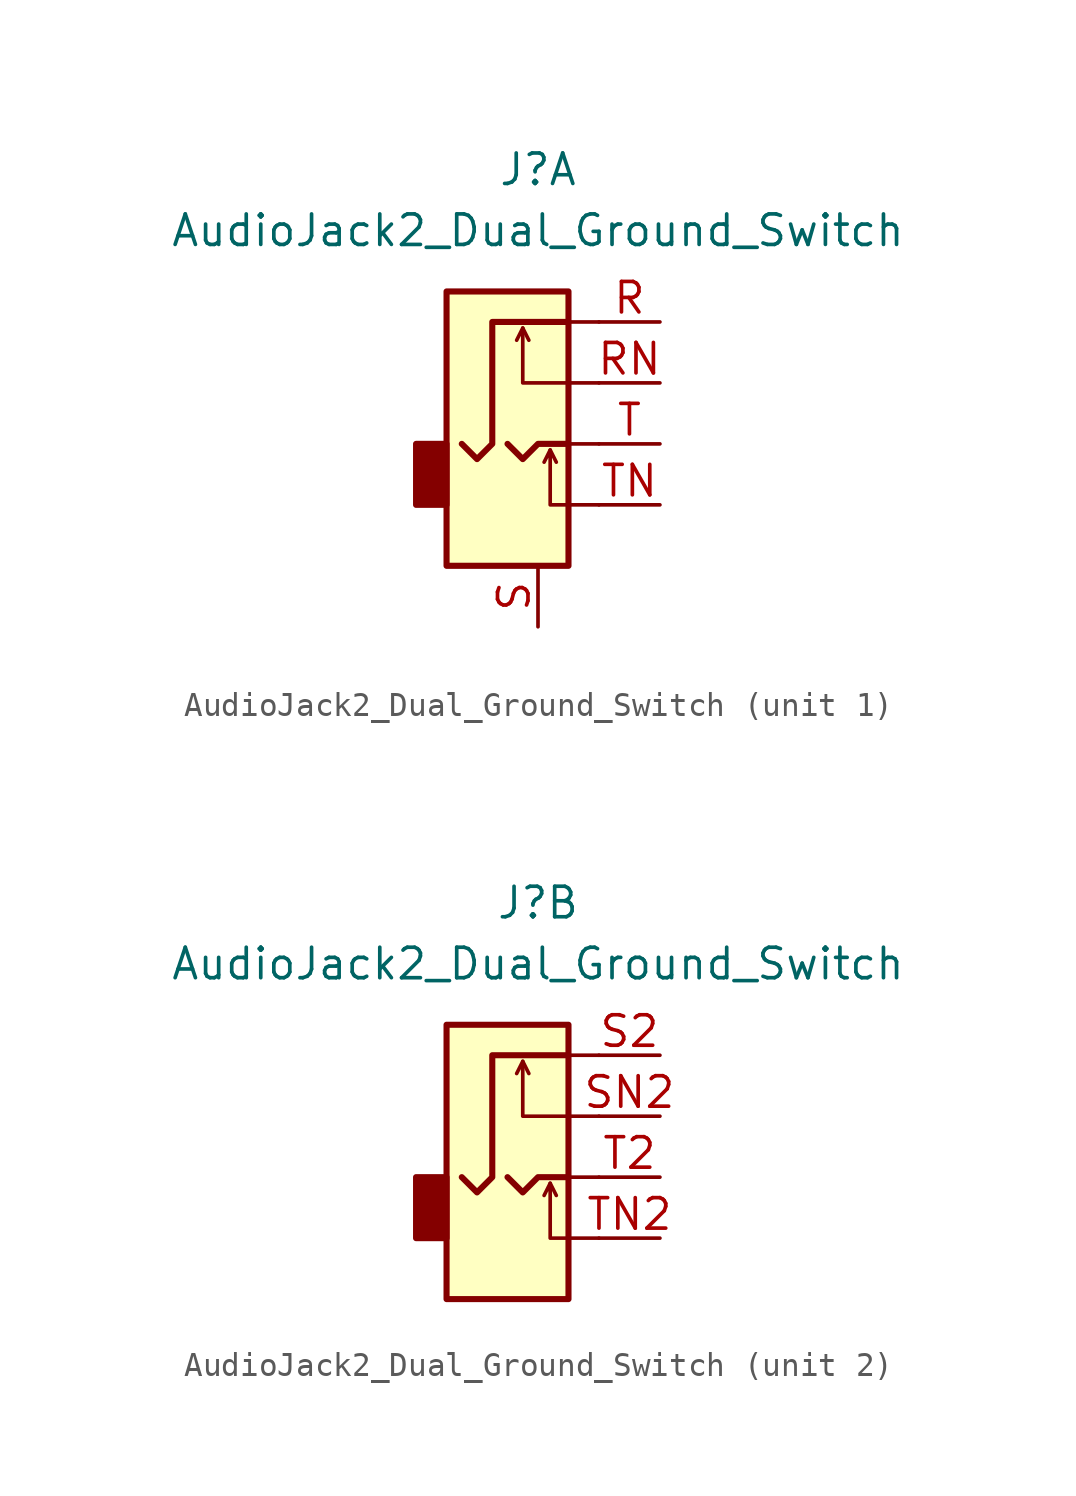
<source format=kicad_sym>
(kicad_symbol_lib
  (version 20211014)
  (generator kicad_symbol_editor)
  (symbol "AudioJack2_Dual_Ground_Switch"
    (property "Reference" "J"
      (at 0 11.43 0)
      (effects (font (size 1.27 1.27))))
    (property "Value" "AudioJack2_Dual_Ground_Switch"
      (at 0 8.89 0)
      (effects (font (size 1.27 1.27))))
    (symbol "AudioJack2_Dual_Ground_Switch_0_1"
      (rectangle (start -5.08 0) (end -3.81 -2.54) (stroke (width 0.254) (type default) (color 0 0 0 0)) (fill (type outline)))
      (polyline (pts (xy -0.635 4.826) (xy -0.381 4.318)) (stroke (width 0) (type default) (color 0 0 0 0)) (fill (type none)))
      (polyline (pts (xy 0.508 -0.254) (xy 0.762 -0.762)) (stroke (width 0) (type default) (color 0 0 0 0)) (fill (type none)))
      (polyline (pts (xy 1.27 -2.54) (xy 2.54 -2.54)) (stroke (width 0) (type default) (color 0 0 0 0)) (fill (type none)))
      (polyline (pts (xy 1.27 2.54) (xy 2.54 2.54)) (stroke (width 0) (type default) (color 0 0 0 0)) (fill (type none)))
      (polyline (pts (xy 2.54 0) (xy 1.27 0)) (stroke (width 0) (type default) (color 0 0 0 0)) (fill (type none)))
      (polyline (pts (xy 2.54 5.08) (xy 1.27 5.08)) (stroke (width 0) (type default) (color 0 0 0 0)) (fill (type none)))
      (polyline (pts (xy -1.27 0) (xy -0.635 -0.635) (xy 0 0) (xy 1.27 0)) (stroke (width 0.254) (type default) (color 0 0 0 0)) (fill (type none)))
      (polyline (pts (xy 1.27 -2.54) (xy 0.508 -2.54) (xy 0.508 -0.254) (xy 0.254 -0.762)) (stroke (width 0) (type default) (color 0 0 0 0)) (fill (type none)))
      (polyline (pts (xy 1.27 2.54) (xy -0.635 2.54) (xy -0.635 4.826) (xy -0.889 4.318)) (stroke (width 0) (type default) (color 0 0 0 0)) (fill (type none)))
      (polyline (pts (xy 1.27 5.08) (xy -1.905 5.08) (xy -1.905 0) (xy -2.54 -0.635) (xy -3.175 0)) (stroke (width 0.254) (type default) (color 0 0 0 0)) (fill (type none)))
      (rectangle (start 1.27 6.35) (end -3.81 -5.08) (stroke (width 0.254) (type default) (color 0 0 0 0)) (fill (type background))))
    (symbol "AudioJack2_Dual_Ground_Switch_1_1"
      (pin passive line (at 5.08 5.08 180) (length 2.54) (name "~" (effects (font (size 1.27 1.27)))) (number "R" (effects (font (size 1.27 1.27)))))
      (pin passive line (at 5.08 2.54 180) (length 2.54) (name "~" (effects (font (size 1.27 1.27)))) (number "RN" (effects (font (size 1.27 1.27)))))
      (pin passive line (at 0 -7.62 90) (length 2.54) (name "~" (effects (font (size 1.27 1.27)))) (number "S" (effects (font (size 1.27 1.27)))))
      (pin passive line (at 5.08 0 180) (length 2.54) (name "~" (effects (font (size 1.27 1.27)))) (number "T" (effects (font (size 1.27 1.27)))))
      (pin passive line (at 5.08 -2.54 180) (length 2.54) (name "~" (effects (font (size 1.27 1.27)))) (number "TN" (effects (font (size 1.27 1.27))))))
    (symbol "AudioJack2_Dual_Ground_Switch_2_1"
      (pin passive line (at 5.08 5.08 180) (length 2.54) (name "~" (effects (font (size 1.27 1.27)))) (number "S2" (effects (font (size 1.27 1.27)))))
      (pin passive line (at 5.08 2.54 180) (length 2.54) (name "~" (effects (font (size 1.27 1.27)))) (number "SN2" (effects (font (size 1.27 1.27)))))
      (pin passive line (at 5.08 0 180) (length 2.54) (name "~" (effects (font (size 1.27 1.27)))) (number "T2" (effects (font (size 1.27 1.27)))))
      (pin passive line (at 5.08 -2.54 180) (length 2.54) (name "~" (effects (font (size 1.27 1.27)))) (number "TN2" (effects (font (size 1.27 1.27))))))))
</source>
